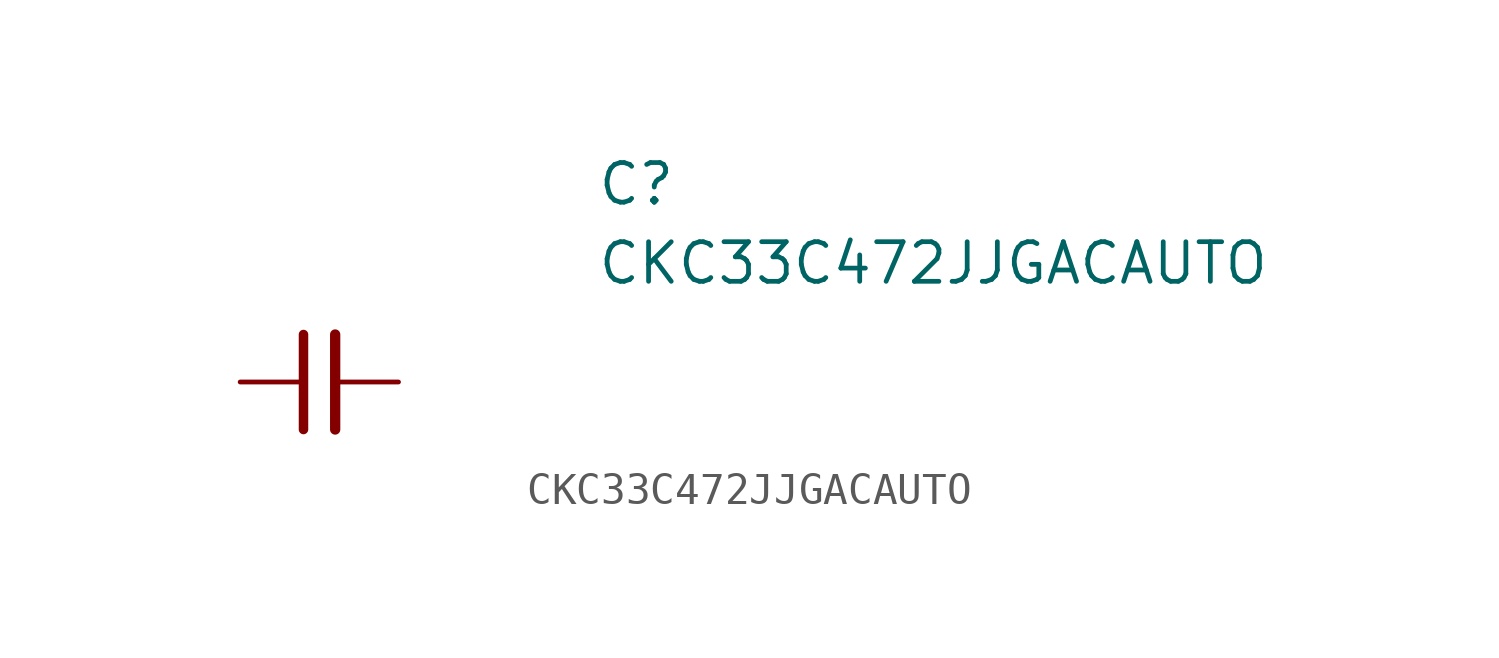
<source format=kicad_sym>
(kicad_symbol_lib
  (version 20220914)
  (generator kicad_symbol_editor)
  (symbol "CKC33C472JJGACAUTO"
    (pin_numbers hide)
    (pin_names
      (offset 0.762) hide)
    (property "Reference" "C"
      (at 8.89 6.35 0)
      (effects (font (size 1.27 1.27)) (justify left)))
    (property "Value" "CKC33C472JJGACAUTO"
      (at 8.89 3.81 0)
      (effects (font (size 1.27 1.27)) (justify left)))
    (symbol "CKC33C472JJGACAUTO_0_1"
      (polyline (pts (xy -0.508 -1.524) (xy -0.508 1.524)) (stroke (width 0.305) (type default)) (fill (type none)))
      (polyline (pts (xy 0.508 -1.524) (xy 0.508 1.524)) (stroke (width 0.33) (type default)) (fill (type none))))
    (symbol "CKC33C472JJGACAUTO_1_1"
      (pin passive line (at -2.54 0 0) (length 2.032) (name "~" (effects (font (size 1.27 1.27)))) (number "1" (effects (font (size 1.27 1.27)))))
      (pin passive line (at 2.54 0 180) (length 2.032) (name "~" (effects (font (size 1.27 1.27)))) (number "2" (effects (font (size 1.27 1.27))))))))
</source>
